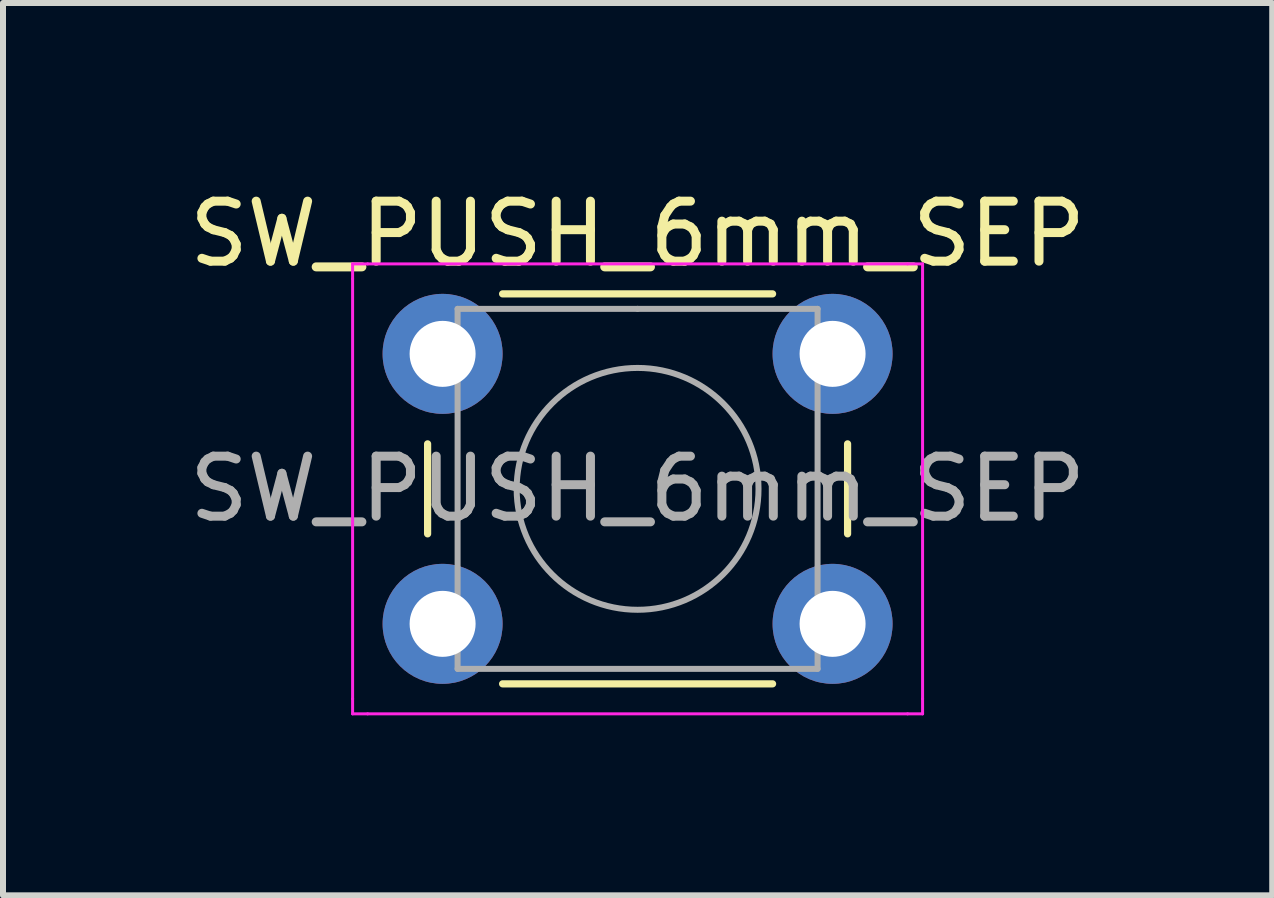
<source format=kicad_pcb>
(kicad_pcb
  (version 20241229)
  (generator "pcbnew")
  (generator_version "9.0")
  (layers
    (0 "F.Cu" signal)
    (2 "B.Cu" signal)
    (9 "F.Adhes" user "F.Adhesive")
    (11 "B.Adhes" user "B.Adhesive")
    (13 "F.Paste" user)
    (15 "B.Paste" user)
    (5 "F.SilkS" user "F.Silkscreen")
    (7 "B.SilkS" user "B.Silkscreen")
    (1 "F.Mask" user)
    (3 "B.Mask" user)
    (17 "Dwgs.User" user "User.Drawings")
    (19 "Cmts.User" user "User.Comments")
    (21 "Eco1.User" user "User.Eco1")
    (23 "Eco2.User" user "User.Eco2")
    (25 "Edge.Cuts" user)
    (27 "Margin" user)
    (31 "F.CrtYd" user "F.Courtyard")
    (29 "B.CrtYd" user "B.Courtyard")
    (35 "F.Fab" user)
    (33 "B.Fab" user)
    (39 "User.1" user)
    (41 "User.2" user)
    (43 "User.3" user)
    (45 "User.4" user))
  (footprint "SW_PUSH_6mm_SEP"
    (layer "F.Cu")
    (at 4.327 2.848)
    (property "Reference" "SW_PUSH_6mm_SEP" (at 3.25 -2 0) (layer "F.SilkS") (effects (font (size 1 1) (thickness 0.15))))
    (attr through_hole)
    (fp_line (start -0.25 1.5) (end -0.25 3) (stroke (width 0.12) (type solid)) (layer "F.SilkS"))
    (fp_line (start 1 5.5) (end 5.5 5.5) (stroke (width 0.12) (type solid)) (layer "F.SilkS"))
    (fp_line (start 5.5 -1) (end 1 -1) (stroke (width 0.12) (type solid)) (layer "F.SilkS"))
    (fp_line (start 6.75 3) (end 6.75 1.5) (stroke (width 0.12) (type solid)) (layer "F.SilkS"))
    (fp_line (start -1.5 -1.5) (end -1.25 -1.5) (stroke (width 0.05) (type solid)) (layer "F.CrtYd"))
    (fp_line (start -1.5 -1.25) (end -1.5 -1.5) (stroke (width 0.05) (type solid)) (layer "F.CrtYd"))
    (fp_line (start -1.5 5.75) (end -1.5 -1.25) (stroke (width 0.05) (type solid)) (layer "F.CrtYd"))
    (fp_line (start -1.5 5.75) (end -1.5 6) (stroke (width 0.05) (type solid)) (layer "F.CrtYd"))
    (fp_line (start -1.5 6) (end -1.25 6) (stroke (width 0.05) (type solid)) (layer "F.CrtYd"))
    (fp_line (start -1.25 -1.5) (end 7.75 -1.5) (stroke (width 0.05) (type solid)) (layer "F.CrtYd"))
    (fp_line (start 7.75 -1.5) (end 8 -1.5) (stroke (width 0.05) (type solid)) (layer "F.CrtYd"))
    (fp_line (start 7.75 6) (end -1.25 6) (stroke (width 0.05) (type solid)) (layer "F.CrtYd"))
    (fp_line (start 7.75 6) (end 8 6) (stroke (width 0.05) (type solid)) (layer "F.CrtYd"))
    (fp_line (start 8 -1.5) (end 8 -1.25) (stroke (width 0.05) (type solid)) (layer "F.CrtYd"))
    (fp_line (start 8 -1.25) (end 8 5.75) (stroke (width 0.05) (type solid)) (layer "F.CrtYd"))
    (fp_line (start 8 6) (end 8 5.75) (stroke (width 0.05) (type solid)) (layer "F.CrtYd"))
    (fp_line (start 0.25 -0.75) (end 3.25 -0.75) (stroke (width 0.1) (type solid)) (layer "F.Fab"))
    (fp_line (start 0.25 5.25) (end 0.25 -0.75) (stroke (width 0.1) (type solid)) (layer "F.Fab"))
    (fp_line (start 3.25 -0.75) (end 6.25 -0.75) (stroke (width 0.1) (type solid)) (layer "F.Fab"))
    (fp_line (start 6.25 -0.75) (end 6.25 5.25) (stroke (width 0.1) (type solid)) (layer "F.Fab"))
    (fp_line (start 6.25 5.25) (end 0.25 5.25) (stroke (width 0.1) (type solid)) (layer "F.Fab"))
    (fp_circle (center 3.25 2.25) (end 1.25 2.5) (stroke (width 0.1) (type solid)) (fill no) (layer "F.Fab"))
    (fp_text user "${REFERENCE}" (at 3.25 2.25 0) (layer "F.Fab") (effects (font (size 1 1) (thickness 0.15))))
    (pad "1" thru_hole circle (at 0 0 90) (size 2 2) (drill 1.1) (layers "*.Cu" "*.Mask"))
    (pad "2" thru_hole circle (at 0 4.5 90) (size 2 2) (drill 1.1) (layers "*.Cu" "*.Mask"))
    (pad "3" thru_hole circle (at 6.5 0 90) (size 2 2) (drill 1.1) (layers "*.Cu" "*.Mask"))
    (pad "4" thru_hole circle (at 6.5 4.5 90) (size 2 2) (drill 1.1) (layers "*.Cu" "*.Mask")))
  (gr_rect
    (start -3 -3)
    (end 18.155 11.873)
    (stroke (width 0.1) (type default))
    (fill no)
    (layer "Edge.Cuts")))
</source>
